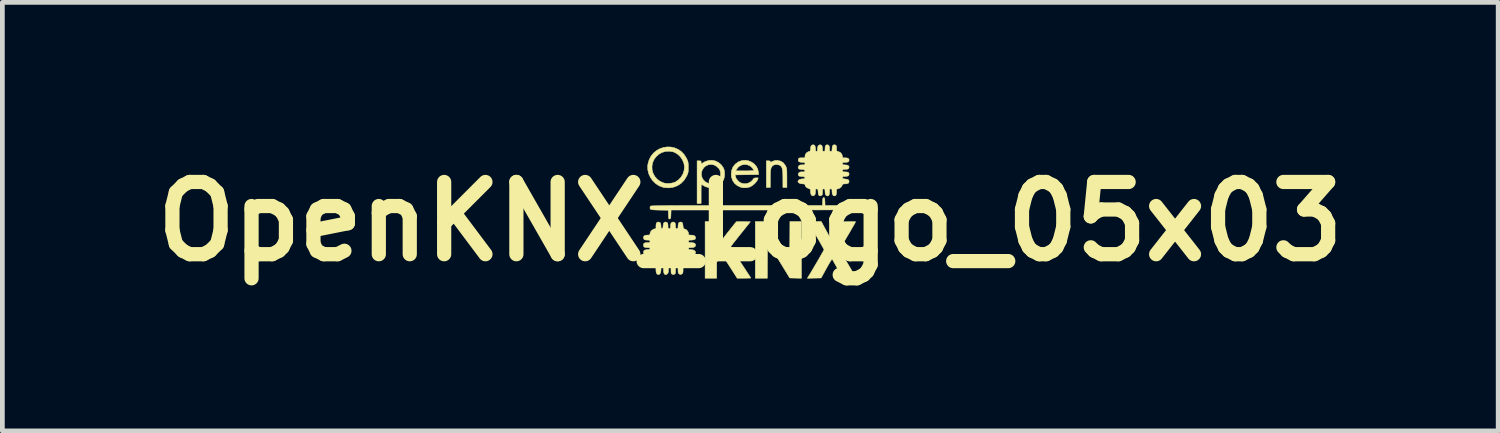
<source format=kicad_pcb>
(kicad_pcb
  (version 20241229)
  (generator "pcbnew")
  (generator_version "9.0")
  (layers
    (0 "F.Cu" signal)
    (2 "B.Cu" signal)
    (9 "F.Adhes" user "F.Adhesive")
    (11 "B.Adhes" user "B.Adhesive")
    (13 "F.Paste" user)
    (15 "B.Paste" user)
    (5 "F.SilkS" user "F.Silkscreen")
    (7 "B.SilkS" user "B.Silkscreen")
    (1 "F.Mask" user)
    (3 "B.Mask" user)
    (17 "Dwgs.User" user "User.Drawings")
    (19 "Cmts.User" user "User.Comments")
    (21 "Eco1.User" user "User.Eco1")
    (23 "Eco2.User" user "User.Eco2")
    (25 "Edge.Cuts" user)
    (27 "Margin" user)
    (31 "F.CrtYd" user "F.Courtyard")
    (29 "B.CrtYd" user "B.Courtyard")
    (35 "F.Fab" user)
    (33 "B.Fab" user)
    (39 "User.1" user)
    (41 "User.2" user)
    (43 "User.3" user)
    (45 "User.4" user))
  (footprint "OpenKNX_Logo_05x03"
    (layer "F.Cu")
    (at 12.78 1.624)
    (property "Reference" "OpenKNX_Logo_05x03" (at 0 0 0) (layer "F.SilkS") (effects (font (size 1.524 1.524) (thickness 0.3))))
    (attr through_hole)
    (fp_poly (pts (xy 0.593 0.391) (xy 0.831 0.782) (xy 0.834 0.391) (xy 0.836 0) (xy 1.079 0) (xy 1.079 1.197) (xy 0.956 1.194) (xy 0.832 1.191) (xy 0.598 0.808) (xy 0.365 0.426) (xy 0.362 0.811) (xy 0.36 1.196) (xy 0.106 1.196) (xy 0.106 0) (xy 0.355 0) (xy 0.593 0.391)) (stroke (width 0.01) (type solid)) (fill yes) (layer "F.SilkS"))
    (fp_poly (pts (xy 0.578 -1.289) (xy 0.642 -1.274) (xy 0.694 -1.242) (xy 0.735 -1.191) (xy 0.745 -1.173) (xy 0.755 -1.153) (xy 0.762 -1.135) (xy 0.767 -1.114) (xy 0.77 -1.088) (xy 0.772 -1.053) (xy 0.772 -1.004) (xy 0.773 -0.94) (xy 0.773 -0.919) (xy 0.773 -0.72) (xy 0.688 -0.72) (xy 0.688 -0.897) (xy 0.687 -0.977) (xy 0.685 -1.038) (xy 0.68 -1.085) (xy 0.673 -1.12) (xy 0.663 -1.146) (xy 0.649 -1.166) (xy 0.639 -1.176) (xy 0.607 -1.194) (xy 0.564 -1.202) (xy 0.521 -1.2) (xy 0.484 -1.186) (xy 0.476 -1.18) (xy 0.458 -1.162) (xy 0.445 -1.141) (xy 0.435 -1.114) (xy 0.429 -1.078) (xy 0.425 -1.029) (xy 0.424 -0.965) (xy 0.423 -0.905) (xy 0.423 -0.72) (xy 0.339 -0.72) (xy 0.339 -1.281) (xy 0.381 -1.281) (xy 0.41 -1.278) (xy 0.422 -1.27) (xy 0.423 -1.264) (xy 0.427 -1.251) (xy 0.431 -1.251) (xy 0.481 -1.274) (xy 0.521 -1.287) (xy 0.56 -1.29) (xy 0.578 -1.289)) (stroke (width 0.01) (type solid)) (fill yes) (layer "F.SilkS"))
    (fp_poly (pts (xy -0.707 0.267) (xy -0.704 0.534) (xy -0.662 0.476) (xy -0.631 0.435) (xy -0.594 0.385) (xy -0.553 0.331) (xy -0.509 0.273) (xy -0.464 0.216) (xy -0.42 0.16) (xy -0.38 0.11) (xy -0.345 0.066) (xy -0.317 0.032) (xy -0.299 0.011) (xy -0.292 0.004) (xy -0.277 0.003) (xy -0.246 0.002) (xy -0.202 0.002) (xy -0.149 0.002) (xy -0.139 0.002) (xy 0.002 0.005) (xy -0.201 0.259) (xy -0.252 0.323) (xy -0.298 0.381) (xy -0.339 0.433) (xy -0.372 0.475) (xy -0.395 0.506) (xy -0.408 0.524) (xy -0.41 0.527) (xy -0.405 0.538) (xy -0.39 0.565) (xy -0.366 0.606) (xy -0.334 0.658) (xy -0.295 0.719) (xy -0.251 0.788) (xy -0.203 0.862) (xy -0.202 0.863) (xy -0.154 0.937) (xy -0.109 1.005) (xy -0.07 1.065) (xy -0.037 1.116) (xy -0.011 1.155) (xy 0.005 1.181) (xy 0.011 1.191) (xy 0.011 1.191) (xy 0.001 1.193) (xy -0.027 1.194) (xy -0.067 1.195) (xy -0.118 1.196) (xy -0.133 1.196) (xy -0.276 1.196) (xy -0.349 1.082) (xy -0.384 1.027) (xy -0.426 0.962) (xy -0.468 0.896) (xy -0.503 0.842) (xy -0.584 0.716) (xy -0.708 0.852) (xy -0.709 1.024) (xy -0.709 1.196) (xy -0.953 1.196) (xy -0.953 0) (xy -0.709 0) (xy -0.707 0.267)) (stroke (width 0.01) (type solid)) (fill yes) (layer "F.SilkS"))
    (fp_poly (pts (xy -0.036 -1.281) (xy 0.027 -1.254) (xy 0.083 -1.216) (xy 0.127 -1.165) (xy 0.158 -1.106) (xy 0.172 -1.039) (xy 0.173 -1.034) (xy 0.175 -0.99) (xy -0.32 -0.984) (xy -0.313 -0.95) (xy -0.298 -0.911) (xy -0.269 -0.87) (xy -0.233 -0.836) (xy -0.215 -0.823) (xy -0.184 -0.81) (xy -0.146 -0.8) (xy -0.135 -0.798) (xy -0.084 -0.799) (xy -0.031 -0.815) (xy 0.016 -0.842) (xy 0.05 -0.877) (xy 0.054 -0.883) (xy 0.071 -0.907) (xy 0.088 -0.918) (xy 0.116 -0.921) (xy 0.122 -0.921) (xy 0.168 -0.921) (xy 0.156 -0.886) (xy 0.136 -0.85) (xy 0.102 -0.81) (xy 0.06 -0.772) (xy 0.017 -0.742) (xy -0.015 -0.727) (xy -0.084 -0.712) (xy -0.152 -0.712) (xy -0.202 -0.724) (xy -0.277 -0.76) (xy -0.334 -0.808) (xy -0.374 -0.869) (xy -0.397 -0.941) (xy -0.402 -1.002) (xy -0.394 -1.069) (xy -0.307 -1.069) (xy -0.117 -1.069) (xy -0.056 -1.069) (xy -0.003 -1.071) (xy 0.039 -1.073) (xy 0.065 -1.075) (xy 0.074 -1.078) (xy 0.066 -1.1) (xy 0.045 -1.128) (xy 0.017 -1.156) (xy -0.014 -1.178) (xy -0.02 -1.182) (xy -0.079 -1.202) (xy -0.139 -1.203) (xy -0.197 -1.187) (xy -0.248 -1.154) (xy -0.287 -1.107) (xy -0.292 -1.098) (xy -0.307 -1.069) (xy -0.394 -1.069) (xy -0.392 -1.082) (xy -0.364 -1.152) (xy -0.318 -1.21) (xy -0.255 -1.256) (xy -0.241 -1.264) (xy -0.173 -1.287) (xy -0.104 -1.292) (xy -0.036 -1.281)) (stroke (width 0.01) (type solid)) (fill yes) (layer "F.SilkS"))
    (fp_poly (pts (xy -0.733 -1.277) (xy -0.668 -1.244) (xy -0.612 -1.196) (xy -0.568 -1.133) (xy -0.558 -1.113) (xy -0.545 -1.064) (xy -0.541 -1.005) (xy -0.546 -0.944) (xy -0.56 -0.889) (xy -0.566 -0.874) (xy -0.607 -0.811) (xy -0.662 -0.763) (xy -0.726 -0.73) (xy -0.795 -0.713) (xy -0.867 -0.714) (xy -0.939 -0.733) (xy -0.987 -0.758) (xy -1.012 -0.773) (xy -1.029 -0.782) (xy -1.032 -0.783) (xy -1.033 -0.773) (xy -1.035 -0.745) (xy -1.036 -0.703) (xy -1.037 -0.649) (xy -1.037 -0.586) (xy -1.037 -0.582) (xy -1.037 -0.381) (xy -1.122 -0.381) (xy -1.122 -0.989) (xy -1.032 -0.989) (xy -1.019 -0.93) (xy -0.99 -0.878) (xy -0.945 -0.835) (xy -0.888 -0.806) (xy -0.881 -0.804) (xy -0.84 -0.796) (xy -0.8 -0.798) (xy -0.77 -0.805) (xy -0.717 -0.83) (xy -0.674 -0.869) (xy -0.644 -0.918) (xy -0.628 -0.973) (xy -0.627 -1.03) (xy -0.642 -1.085) (xy -0.663 -1.12) (xy -0.711 -1.165) (xy -0.765 -1.194) (xy -0.822 -1.205) (xy -0.879 -1.199) (xy -0.931 -1.178) (xy -0.977 -1.142) (xy -1.011 -1.091) (xy -1.026 -1.05) (xy -1.032 -0.989) (xy -1.122 -0.989) (xy -1.122 -1.281) (xy -1.079 -1.281) (xy -1.052 -1.279) (xy -1.04 -1.273) (xy -1.037 -1.256) (xy -1.037 -1.249) (xy -1.033 -1.225) (xy -1.023 -1.217) (xy -1.01 -1.229) (xy -1.01 -1.229) (xy -0.997 -1.239) (xy -0.971 -1.255) (xy -0.949 -1.266) (xy -0.876 -1.289) (xy -0.803 -1.292) (xy -0.733 -1.277)) (stroke (width 0.01) (type solid)) (fill yes) (layer "F.SilkS"))
    (fp_poly (pts (xy -1.674 -1.572) (xy -1.596 -1.554) (xy -1.521 -1.522) (xy -1.453 -1.475) (xy -1.393 -1.411) (xy -1.347 -1.336) (xy -1.329 -1.299) (xy -1.318 -1.27) (xy -1.311 -1.242) (xy -1.308 -1.209) (xy -1.307 -1.164) (xy -1.307 -1.143) (xy -1.307 -1.092) (xy -1.309 -1.055) (xy -1.315 -1.027) (xy -1.324 -0.999) (xy -1.339 -0.965) (xy -1.347 -0.95) (xy -1.397 -0.87) (xy -1.462 -0.805) (xy -1.537 -0.756) (xy -1.622 -0.724) (xy -1.712 -0.71) (xy -1.805 -0.715) (xy -1.835 -0.721) (xy -1.918 -0.751) (xy -1.992 -0.797) (xy -2.055 -0.858) (xy -2.106 -0.929) (xy -2.143 -1.009) (xy -2.163 -1.094) (xy -2.164 -1.168) (xy -2.074 -1.168) (xy -2.071 -1.09) (xy -2.053 -1.023) (xy -2.016 -0.953) (xy -1.964 -0.893) (xy -1.9 -0.846) (xy -1.829 -0.815) (xy -1.783 -0.805) (xy -1.726 -0.803) (xy -1.665 -0.809) (xy -1.611 -0.822) (xy -1.584 -0.832) (xy -1.516 -0.878) (xy -1.461 -0.936) (xy -1.42 -1.004) (xy -1.396 -1.079) (xy -1.389 -1.156) (xy -1.401 -1.23) (xy -1.432 -1.303) (xy -1.477 -1.369) (xy -1.534 -1.422) (xy -1.598 -1.46) (xy -1.633 -1.472) (xy -1.715 -1.484) (xy -1.794 -1.478) (xy -1.866 -1.456) (xy -1.931 -1.419) (xy -1.986 -1.369) (xy -2.03 -1.31) (xy -2.06 -1.242) (xy -2.074 -1.168) (xy -2.164 -1.168) (xy -2.164 -1.181) (xy -2.16 -1.209) (xy -2.135 -1.3) (xy -2.095 -1.378) (xy -2.042 -1.444) (xy -1.98 -1.496) (xy -1.909 -1.536) (xy -1.833 -1.562) (xy -1.754 -1.574) (xy -1.674 -1.572)) (stroke (width 0.01) (type solid)) (fill yes) (layer "F.SilkS"))
    (fp_poly (pts (xy 1.561 -0.501) (xy 1.568 -0.492) (xy 1.572 -0.472) (xy 1.574 -0.436) (xy 1.575 -0.421) (xy 1.578 -0.339) (xy 1.903 -0.339) (xy 2.003 -0.338) (xy 2.084 -0.338) (xy 2.146 -0.336) (xy 2.191 -0.334) (xy 2.221 -0.332) (xy 2.238 -0.328) (xy 2.242 -0.326) (xy 2.253 -0.302) (xy 2.251 -0.273) (xy 2.242 -0.256) (xy 2.235 -0.254) (xy 2.219 -0.253) (xy 2.193 -0.252) (xy 2.156 -0.25) (xy 2.107 -0.249) (xy 2.046 -0.248) (xy 1.972 -0.247) (xy 1.884 -0.247) (xy 1.781 -0.246) (xy 1.663 -0.245) (xy 1.529 -0.245) (xy 1.378 -0.244) (xy 1.21 -0.244) (xy 1.023 -0.244) (xy 0.818 -0.244) (xy 0.594 -0.243) (xy 0.349 -0.243) (xy 0.279 -0.243) (xy -1.671 -0.243) (xy -1.674 -0.151) (xy -1.676 -0.106) (xy -1.679 -0.079) (xy -1.684 -0.064) (xy -1.692 -0.057) (xy -1.701 -0.055) (xy -1.712 -0.054) (xy -1.719 -0.06) (xy -1.723 -0.074) (xy -1.726 -0.103) (xy -1.727 -0.145) (xy -1.73 -0.238) (xy -1.91 -0.241) (xy -1.98 -0.243) (xy -2.037 -0.246) (xy -2.077 -0.25) (xy -2.1 -0.254) (xy -2.103 -0.256) (xy -2.115 -0.277) (xy -2.115 -0.305) (xy -2.104 -0.326) (xy -2.098 -0.328) (xy -2.082 -0.329) (xy -2.055 -0.331) (xy -2.018 -0.332) (xy -1.969 -0.333) (xy -1.907 -0.334) (xy -1.831 -0.335) (xy -1.742 -0.336) (xy -1.638 -0.336) (xy -1.518 -0.337) (xy -1.382 -0.338) (xy -1.229 -0.338) (xy -1.059 -0.338) (xy -0.87 -0.338) (xy -0.661 -0.339) (xy -0.433 -0.339) (xy -0.284 -0.339) (xy 1.523 -0.339) (xy 1.526 -0.421) (xy 1.528 -0.462) (xy 1.532 -0.487) (xy 1.537 -0.499) (xy 1.546 -0.503) (xy 1.55 -0.503) (xy 1.561 -0.501)) (stroke (width 0.01) (type solid)) (fill yes) (layer "F.SilkS"))
    (fp_poly (pts (xy 1.356 0.000036) (xy 1.498 0.000071) (xy 1.61 0.207) (xy 1.722 0.414) (xy 1.944 0.005) (xy 2.083 0.002) (xy 2.135 0.002) (xy 2.178 0.002) (xy 2.208 0.003) (xy 2.222 0.005) (xy 2.223 0.006) (xy 2.217 0.016) (xy 2.203 0.043) (xy 2.18 0.083) (xy 2.15 0.135) (xy 2.115 0.196) (xy 2.075 0.264) (xy 2.052 0.302) (xy 2.004 0.384) (xy 1.966 0.45) (xy 1.937 0.501) (xy 1.916 0.54) (xy 1.903 0.569) (xy 1.895 0.589) (xy 1.892 0.603) (xy 1.893 0.611) (xy 1.894 0.613) (xy 1.902 0.627) (xy 1.919 0.657) (xy 1.945 0.7) (xy 1.977 0.754) (xy 2.014 0.817) (xy 2.054 0.885) (xy 2.069 0.911) (xy 2.11 0.98) (xy 2.147 1.043) (xy 2.179 1.098) (xy 2.205 1.142) (xy 2.223 1.173) (xy 2.232 1.19) (xy 2.233 1.192) (xy 2.223 1.193) (xy 2.196 1.195) (xy 2.155 1.195) (xy 2.105 1.196) (xy 2.093 1.196) (xy 1.952 1.196) (xy 1.847 1.004) (xy 1.814 0.945) (xy 1.785 0.892) (xy 1.76 0.848) (xy 1.742 0.816) (xy 1.731 0.799) (xy 1.73 0.797) (xy 1.724 0.797) (xy 1.713 0.809) (xy 1.696 0.833) (xy 1.672 0.873) (xy 1.64 0.928) (xy 1.607 0.987) (xy 1.495 1.191) (xy 1.349 1.194) (xy 1.204 1.197) (xy 1.219 1.172) (xy 1.237 1.143) (xy 1.263 1.102) (xy 1.293 1.051) (xy 1.328 0.992) (xy 1.364 0.93) (xy 1.402 0.866) (xy 1.439 0.802) (xy 1.473 0.743) (xy 1.503 0.69) (xy 1.528 0.646) (xy 1.546 0.614) (xy 1.555 0.596) (xy 1.556 0.593) (xy 1.551 0.581) (xy 1.536 0.553) (xy 1.513 0.512) (xy 1.484 0.461) (xy 1.45 0.401) (xy 1.415 0.341) (xy 1.375 0.273) (xy 1.337 0.209) (xy 1.303 0.151) (xy 1.275 0.103) (xy 1.254 0.068) (xy 1.244 0.05) (xy 1.215 0) (xy 1.356 0.000036)) (stroke (width 0.01) (type solid)) (fill yes) (layer "F.SilkS"))
    (fp_poly (pts (xy 1.795 -1.616) (xy 1.811 -1.605) (xy 1.819 -1.581) (xy 1.82 -1.545) (xy 1.821 -1.511) (xy 1.824 -1.492) (xy 1.834 -1.483) (xy 1.852 -1.478) (xy 1.854 -1.478) (xy 1.898 -1.459) (xy 1.929 -1.425) (xy 1.944 -1.384) (xy 1.95 -1.344) (xy 2.005 -1.344) (xy 2.048 -1.34) (xy 2.073 -1.329) (xy 2.084 -1.307) (xy 2.085 -1.296) (xy 2.079 -1.271) (xy 2.059 -1.256) (xy 2.023 -1.249) (xy 2.003 -1.249) (xy 1.971 -1.248) (xy 1.954 -1.244) (xy 1.948 -1.235) (xy 1.947 -1.222) (xy 1.949 -1.206) (xy 1.959 -1.198) (xy 1.982 -1.196) (xy 1.996 -1.196) (xy 2.044 -1.191) (xy 2.073 -1.177) (xy 2.085 -1.154) (xy 2.085 -1.15) (xy 2.079 -1.124) (xy 2.061 -1.108) (xy 2.026 -1.101) (xy 2.003 -1.101) (xy 1.971 -1.1) (xy 1.954 -1.096) (xy 1.948 -1.086) (xy 1.947 -1.074) (xy 1.949 -1.059) (xy 1.957 -1.051) (xy 1.977 -1.048) (xy 2.003 -1.048) (xy 2.047 -1.044) (xy 2.073 -1.033) (xy 2.084 -1.012) (xy 2.085 -1) (xy 2.079 -0.975) (xy 2.059 -0.96) (xy 2.023 -0.953) (xy 2.003 -0.953) (xy 1.971 -0.952) (xy 1.954 -0.948) (xy 1.948 -0.938) (xy 1.947 -0.927) (xy 1.949 -0.913) (xy 1.959 -0.905) (xy 1.981 -0.9) (xy 2.007 -0.897) (xy 2.048 -0.891) (xy 2.072 -0.879) (xy 2.083 -0.858) (xy 2.085 -0.839) (xy 2.076 -0.814) (xy 2.048 -0.799) (xy 2.001 -0.794) (xy 1.996 -0.794) (xy 1.966 -0.792) (xy 1.95 -0.785) (xy 1.942 -0.77) (xy 1.942 -0.77) (xy 1.92 -0.731) (xy 1.884 -0.702) (xy 1.856 -0.692) (xy 1.836 -0.688) (xy 1.825 -0.679) (xy 1.821 -0.662) (xy 1.82 -0.63) (xy 1.82 -0.625) (xy 1.817 -0.58) (xy 1.806 -0.553) (xy 1.787 -0.541) (xy 1.777 -0.54) (xy 1.749 -0.549) (xy 1.732 -0.577) (xy 1.725 -0.623) (xy 1.725 -0.63) (xy 1.724 -0.664) (xy 1.721 -0.681) (xy 1.712 -0.687) (xy 1.699 -0.688) (xy 1.684 -0.687) (xy 1.676 -0.679) (xy 1.673 -0.66) (xy 1.672 -0.627) (xy 1.669 -0.581) (xy 1.658 -0.553) (xy 1.639 -0.541) (xy 1.628 -0.54) (xy 1.601 -0.549) (xy 1.584 -0.577) (xy 1.577 -0.623) (xy 1.577 -0.63) (xy 1.576 -0.664) (xy 1.572 -0.681) (xy 1.563 -0.687) (xy 1.55 -0.688) (xy 1.536 -0.687) (xy 1.528 -0.679) (xy 1.525 -0.661) (xy 1.524 -0.627) (xy 1.524 -0.624) (xy 1.523 -0.588) (xy 1.519 -0.567) (xy 1.51 -0.555) (xy 1.497 -0.548) (xy 1.468 -0.54) (xy 1.449 -0.549) (xy 1.437 -0.575) (xy 1.431 -0.62) (xy 1.431 -0.623) (xy 1.429 -0.659) (xy 1.424 -0.678) (xy 1.416 -0.686) (xy 1.402 -0.688) (xy 1.402 -0.688) (xy 1.387 -0.686) (xy 1.379 -0.678) (xy 1.376 -0.657) (xy 1.376 -0.631) (xy 1.373 -0.591) (xy 1.364 -0.566) (xy 1.356 -0.557) (xy 1.328 -0.541) (xy 1.303 -0.546) (xy 1.286 -0.563) (xy 1.276 -0.589) (xy 1.27 -0.624) (xy 1.27 -0.636) (xy 1.269 -0.666) (xy 1.263 -0.682) (xy 1.246 -0.691) (xy 1.229 -0.697) (xy 1.193 -0.715) (xy 1.166 -0.742) (xy 1.154 -0.773) (xy 1.154 -0.778) (xy 1.148 -0.788) (xy 1.13 -0.793) (xy 1.101 -0.794) (xy 1.059 -0.799) (xy 1.027 -0.814) (xy 1.008 -0.834) (xy 1.005 -0.847) (xy 1.015 -0.87) (xy 1.041 -0.888) (xy 1.079 -0.898) (xy 1.101 -0.9) (xy 1.133 -0.9) (xy 1.148 -0.904) (xy 1.152 -0.914) (xy 1.152 -0.923) (xy 1.147 -0.937) (xy 1.136 -0.945) (xy 1.112 -0.949) (xy 1.088 -0.95) (xy 1.05 -0.954) (xy 1.028 -0.961) (xy 1.016 -0.974) (xy 1.015 -0.975) (xy 1.01 -0.997) (xy 1.02 -1.021) (xy 1.021 -1.022) (xy 1.034 -1.037) (xy 1.052 -1.045) (xy 1.081 -1.048) (xy 1.096 -1.048) (xy 1.13 -1.048) (xy 1.147 -1.052) (xy 1.152 -1.06) (xy 1.152 -1.072) (xy 1.147 -1.085) (xy 1.136 -1.093) (xy 1.112 -1.097) (xy 1.088 -1.099) (xy 1.05 -1.102) (xy 1.028 -1.109) (xy 1.016 -1.122) (xy 1.015 -1.123) (xy 1.01 -1.145) (xy 1.02 -1.169) (xy 1.021 -1.17) (xy 1.034 -1.185) (xy 1.052 -1.193) (xy 1.082 -1.196) (xy 1.096 -1.196) (xy 1.129 -1.197) (xy 1.146 -1.2) (xy 1.153 -1.209) (xy 1.154 -1.222) (xy 1.152 -1.238) (xy 1.144 -1.246) (xy 1.123 -1.249) (xy 1.098 -1.249) (xy 1.051 -1.253) (xy 1.022 -1.266) (xy 1.011 -1.287) (xy 1.017 -1.32) (xy 1.017 -1.32) (xy 1.024 -1.334) (xy 1.038 -1.341) (xy 1.063 -1.344) (xy 1.09 -1.344) (xy 1.154 -1.344) (xy 1.154 -1.38) (xy 1.163 -1.418) (xy 1.189 -1.452) (xy 1.225 -1.474) (xy 1.238 -1.478) (xy 1.257 -1.483) (xy 1.267 -1.494) (xy 1.27 -1.515) (xy 1.27 -1.535) (xy 1.276 -1.58) (xy 1.293 -1.608) (xy 1.322 -1.619) (xy 1.329 -1.619) (xy 1.354 -1.611) (xy 1.369 -1.585) (xy 1.376 -1.541) (xy 1.376 -1.53) (xy 1.377 -1.5) (xy 1.383 -1.486) (xy 1.395 -1.482) (xy 1.397 -1.482) (xy 1.41 -1.484) (xy 1.416 -1.496) (xy 1.418 -1.523) (xy 1.418 -1.534) (xy 1.424 -1.579) (xy 1.44 -1.607) (xy 1.469 -1.619) (xy 1.477 -1.619) (xy 1.502 -1.611) (xy 1.518 -1.585) (xy 1.524 -1.541) (xy 1.524 -1.53) (xy 1.525 -1.5) (xy 1.53 -1.486) (xy 1.543 -1.482) (xy 1.55 -1.482) (xy 1.566 -1.483) (xy 1.574 -1.492) (xy 1.577 -1.512) (xy 1.577 -1.538) (xy 1.58 -1.581) (xy 1.592 -1.607) (xy 1.613 -1.618) (xy 1.625 -1.619) (xy 1.65 -1.613) (xy 1.665 -1.594) (xy 1.672 -1.558) (xy 1.672 -1.538) (xy 1.673 -1.505) (xy 1.677 -1.488) (xy 1.686 -1.482) (xy 1.699 -1.482) (xy 1.715 -1.484) (xy 1.723 -1.493) (xy 1.725 -1.516) (xy 1.725 -1.53) (xy 1.73 -1.578) (xy 1.743 -1.608) (xy 1.764 -1.619) (xy 1.767 -1.619) (xy 1.795 -1.616)) (stroke (width 0.01) (type solid)) (fill yes) (layer "F.SilkS"))
    (fp_poly (pts (xy -1.448 0.013) (xy -1.434 0.025) (xy -1.425 0.048) (xy -1.419 0.089) (xy -1.418 0.095) (xy -1.414 0.129) (xy -1.408 0.147) (xy -1.397 0.154) (xy -1.384 0.157) (xy -1.354 0.169) (xy -1.326 0.196) (xy -1.307 0.229) (xy -1.302 0.255) (xy -1.301 0.273) (xy -1.294 0.282) (xy -1.276 0.285) (xy -1.245 0.286) (xy -1.197 0.291) (xy -1.167 0.308) (xy -1.154 0.337) (xy -1.154 0.347) (xy -1.162 0.371) (xy -1.189 0.385) (xy -1.234 0.391) (xy -1.248 0.392) (xy -1.28 0.392) (xy -1.296 0.397) (xy -1.301 0.407) (xy -1.302 0.418) (xy -1.3 0.433) (xy -1.292 0.441) (xy -1.272 0.444) (xy -1.244 0.445) (xy -1.196 0.45) (xy -1.166 0.465) (xy -1.154 0.491) (xy -1.154 0.497) (xy -1.162 0.526) (xy -1.189 0.543) (xy -1.233 0.55) (xy -1.244 0.55) (xy -1.278 0.551) (xy -1.295 0.555) (xy -1.301 0.564) (xy -1.302 0.572) (xy -1.298 0.585) (xy -1.285 0.591) (xy -1.257 0.593) (xy -1.209 0.598) (xy -1.175 0.614) (xy -1.157 0.637) (xy -1.155 0.644) (xy -1.157 0.671) (xy -1.173 0.688) (xy -1.205 0.697) (xy -1.24 0.699) (xy -1.274 0.699) (xy -1.293 0.702) (xy -1.3 0.71) (xy -1.302 0.725) (xy -1.3 0.74) (xy -1.292 0.748) (xy -1.272 0.751) (xy -1.244 0.751) (xy -1.196 0.756) (xy -1.166 0.772) (xy -1.154 0.798) (xy -1.154 0.804) (xy -1.162 0.832) (xy -1.189 0.85) (xy -1.233 0.857) (xy -1.244 0.857) (xy -1.278 0.858) (xy -1.295 0.862) (xy -1.301 0.871) (xy -1.302 0.879) (xy -1.31 0.905) (xy -1.332 0.931) (xy -1.36 0.953) (xy -1.388 0.963) (xy -1.391 0.963) (xy -1.406 0.964) (xy -1.414 0.971) (xy -1.418 0.989) (xy -1.418 1.023) (xy -1.418 1.026) (xy -1.419 1.063) (xy -1.424 1.085) (xy -1.434 1.099) (xy -1.445 1.107) (xy -1.465 1.118) (xy -1.482 1.116) (xy -1.498 1.107) (xy -1.513 1.095) (xy -1.521 1.078) (xy -1.524 1.051) (xy -1.524 1.026) (xy -1.525 0.991) (xy -1.528 0.972) (xy -1.535 0.965) (xy -1.55 0.963) (xy -1.55 0.963) (xy -1.565 0.964) (xy -1.573 0.971) (xy -1.576 0.988) (xy -1.577 1.02) (xy -1.577 1.032) (xy -1.578 1.07) (xy -1.581 1.092) (xy -1.589 1.105) (xy -1.602 1.113) (xy -1.631 1.118) (xy -1.65 1.112) (xy -1.662 1.102) (xy -1.669 1.087) (xy -1.672 1.06) (xy -1.672 1.032) (xy -1.673 0.995) (xy -1.675 0.974) (xy -1.682 0.965) (xy -1.695 0.963) (xy -1.699 0.963) (xy -1.714 0.965) (xy -1.722 0.973) (xy -1.725 0.992) (xy -1.725 1.021) (xy -1.728 1.061) (xy -1.736 1.087) (xy -1.746 1.101) (xy -1.774 1.12) (xy -1.798 1.12) (xy -1.817 1.101) (xy -1.828 1.065) (xy -1.831 1.026) (xy -1.831 0.991) (xy -1.835 0.972) (xy -1.842 0.965) (xy -1.857 0.963) (xy -1.857 0.963) (xy -1.873 0.965) (xy -1.88 0.973) (xy -1.883 0.992) (xy -1.884 1.021) (xy -1.889 1.066) (xy -1.903 1.099) (xy -1.923 1.118) (xy -1.946 1.12) (xy -1.972 1.103) (xy -1.972 1.102) (xy -1.985 1.076) (xy -1.99 1.033) (xy -1.99 1.023) (xy -1.991 0.989) (xy -1.994 0.971) (xy -2.003 0.964) (xy -2.01 0.963) (xy -2.052 0.953) (xy -2.086 0.925) (xy -2.103 0.898) (xy -2.115 0.874) (xy -2.127 0.862) (xy -2.148 0.858) (xy -2.175 0.857) (xy -2.217 0.854) (xy -2.242 0.842) (xy -2.253 0.82) (xy -2.254 0.803) (xy -2.247 0.776) (xy -2.225 0.759) (xy -2.187 0.752) (xy -2.165 0.751) (xy -2.135 0.75) (xy -2.121 0.745) (xy -2.117 0.733) (xy -2.117 0.725) (xy -2.118 0.709) (xy -2.127 0.701) (xy -2.149 0.699) (xy -2.169 0.699) (xy -2.212 0.697) (xy -2.237 0.691) (xy -2.25 0.678) (xy -2.254 0.655) (xy -2.254 0.649) (xy -2.248 0.621) (xy -2.228 0.603) (xy -2.192 0.594) (xy -2.158 0.593) (xy -2.131 0.591) (xy -2.119 0.583) (xy -2.117 0.572) (xy -2.119 0.559) (xy -2.131 0.553) (xy -2.156 0.55) (xy -2.173 0.55) (xy -2.215 0.547) (xy -2.241 0.536) (xy -2.253 0.515) (xy -2.254 0.497) (xy -2.249 0.47) (xy -2.232 0.453) (xy -2.2 0.446) (xy -2.173 0.445) (xy -2.14 0.444) (xy -2.123 0.44) (xy -2.117 0.43) (xy -2.117 0.418) (xy -2.118 0.403) (xy -2.127 0.395) (xy -2.147 0.392) (xy -2.173 0.392) (xy -2.215 0.388) (xy -2.241 0.377) (xy -2.252 0.356) (xy -2.254 0.337) (xy -2.247 0.31) (xy -2.225 0.294) (xy -2.187 0.286) (xy -2.165 0.286) (xy -2.135 0.285) (xy -2.121 0.279) (xy -2.117 0.267) (xy -2.117 0.262) (xy -2.107 0.222) (xy -2.081 0.187) (xy -2.044 0.163) (xy -2.032 0.159) (xy -1.99 0.147) (xy -1.99 0.092) (xy -1.986 0.049) (xy -1.975 0.024) (xy -1.954 0.012) (xy -1.935 0.011) (xy -1.908 0.017) (xy -1.892 0.039) (xy -1.884 0.078) (xy -1.884 0.1) (xy -1.882 0.13) (xy -1.877 0.144) (xy -1.864 0.148) (xy -1.864 0.148) (xy -1.852 0.145) (xy -1.845 0.131) (xy -1.84 0.102) (xy -1.839 0.089) (xy -1.833 0.047) (xy -1.82 0.023) (xy -1.799 0.012) (xy -1.783 0.011) (xy -1.758 0.017) (xy -1.743 0.036) (xy -1.736 0.073) (xy -1.736 0.092) (xy -1.735 0.125) (xy -1.731 0.141) (xy -1.721 0.147) (xy -1.709 0.148) (xy -1.693 0.146) (xy -1.685 0.137) (xy -1.683 0.114) (xy -1.683 0.1) (xy -1.679 0.053) (xy -1.666 0.025) (xy -1.644 0.012) (xy -1.632 0.011) (xy -1.603 0.015) (xy -1.586 0.032) (xy -1.578 0.063) (xy -1.577 0.092) (xy -1.576 0.125) (xy -1.572 0.141) (xy -1.563 0.147) (xy -1.55 0.148) (xy -1.534 0.146) (xy -1.526 0.137) (xy -1.524 0.114) (xy -1.524 0.1) (xy -1.52 0.054) (xy -1.508 0.025) (xy -1.486 0.012) (xy -1.471 0.011) (xy -1.448 0.013)) (stroke (width 0.01) (type solid)) (fill yes) (layer "F.SilkS")))
  (gr_rect
    (start -3 -3)
    (end 28.56 6.042)
    (stroke (width 0.1) (type default))
    (fill no)
    (layer "Edge.Cuts")))
</source>
